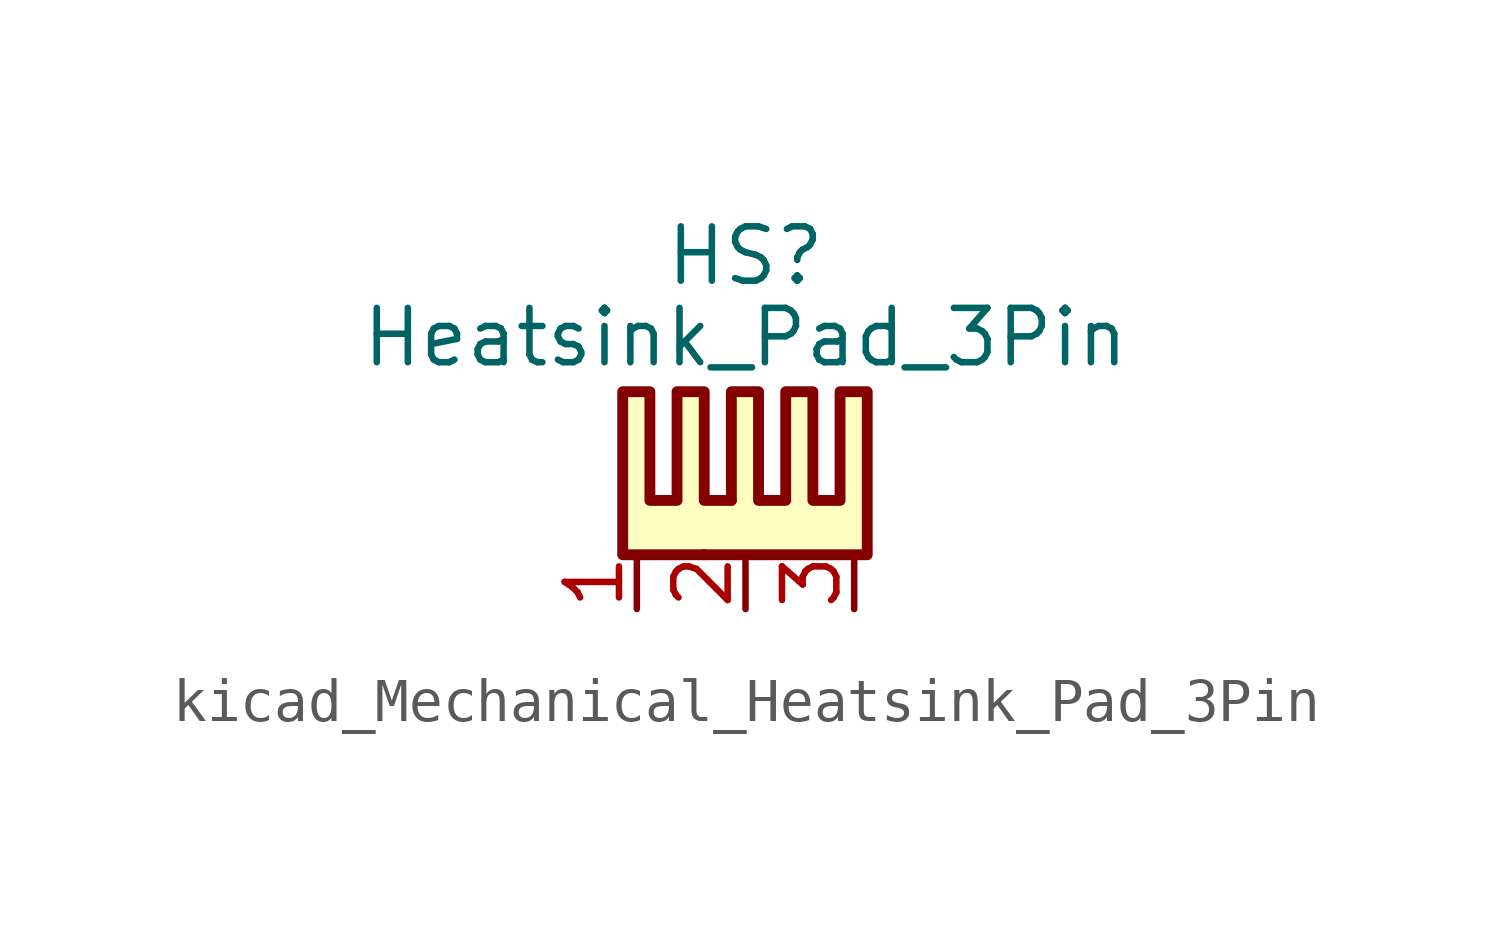
<source format=kicad_sym>
(kicad_symbol_lib
  (version 20220914)
  (generator kicad_symbol_editor)
  (symbol "kicad_Mechanical_Heatsink_Pad_3Pin"
    (pin_names
      (offset 0))
    (property "Reference" "HS"
      (at 0 5.715 0)
      (effects (font (size 1.27 1.27))))
    (property "Value" "Heatsink_Pad_3Pin"
      (at 0 3.81 0)
      (effects (font (size 1.27 1.27))))
    (symbol "kicad_Mechanical_Heatsink_Pad_3Pin_0_1"
      (polyline (pts (xy -0.33 0) (xy -0.965 0) (xy -0.965 2.54) (xy -1.6 2.54) (xy -1.6 0) (xy -2.235 0) (xy -2.235 2.54) (xy -2.87 2.54) (xy -2.87 -1.27) (xy -0.965 -1.27)) (stroke (width 0.254) (type default)) (fill (type background)))
      (polyline (pts (xy -0.33 0) (xy -0.33 2.54) (xy 0.305 2.54) (xy 0.305 0) (xy 0.94 0) (xy 0.94 2.54) (xy 1.575 2.54) (xy 1.575 0) (xy 2.21 0) (xy 2.21 2.54) (xy 2.845 2.54) (xy 2.845 -1.27) (xy -0.965 -1.27)) (stroke (width 0.254) (type default)) (fill (type background))))
    (symbol "kicad_Mechanical_Heatsink_Pad_3Pin_1_1"
      (pin passive line (at -2.54 -2.54 90) (length 1.27) (name "~" (effects (font (size 1.27 1.27)))) (number "1" (effects (font (size 1.27 1.27)))))
      (pin passive line (at 0 -2.54 90) (length 1.27) (name "~" (effects (font (size 1.27 1.27)))) (number "2" (effects (font (size 1.27 1.27)))))
      (pin passive line (at 2.54 -2.54 90) (length 1.27) (name "~" (effects (font (size 1.27 1.27)))) (number "3" (effects (font (size 1.27 1.27))))))))
</source>
